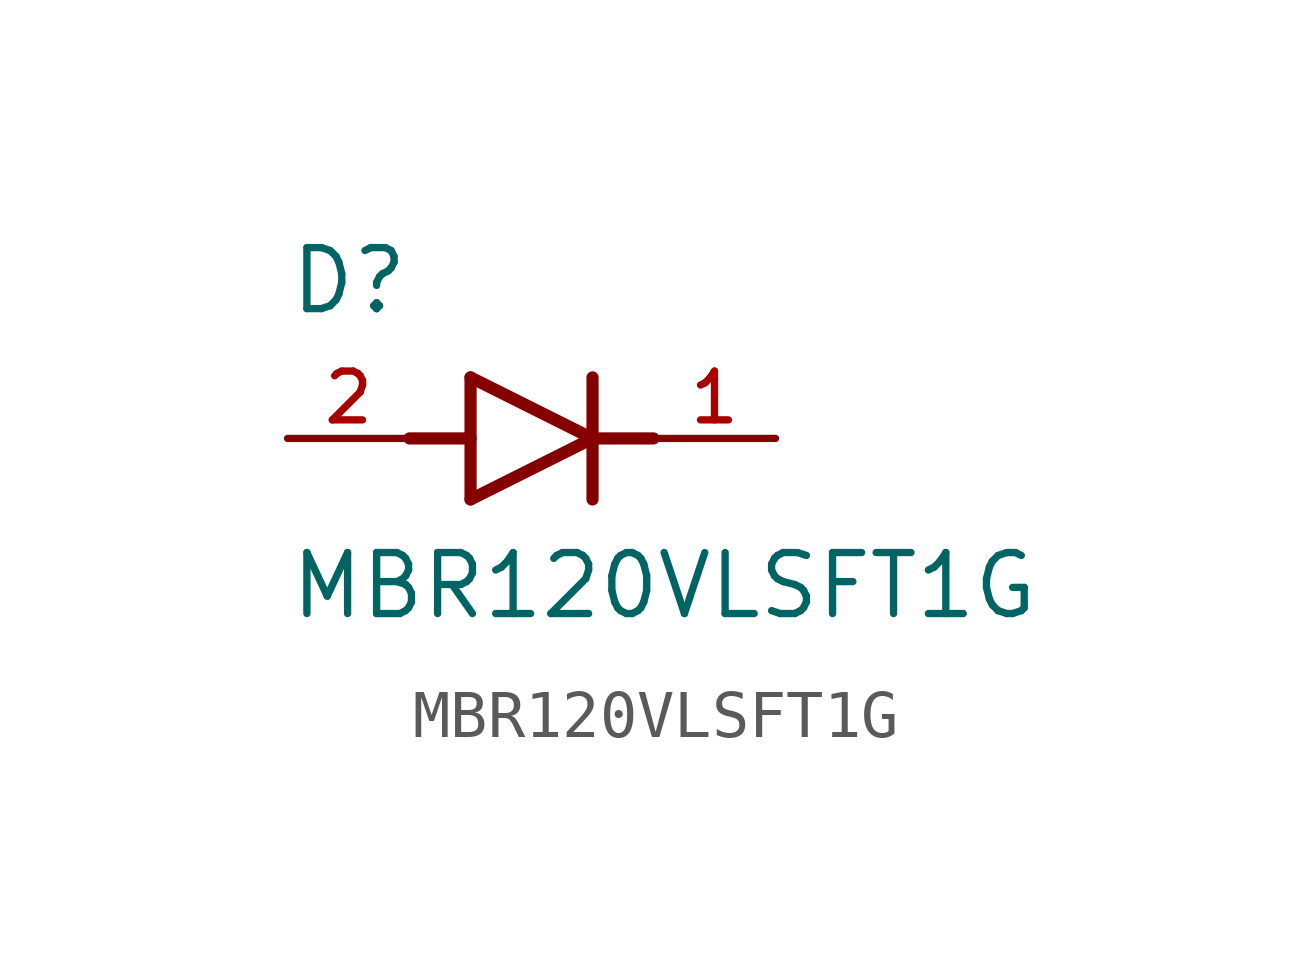
<source format=kicad_sym>
(kicad_symbol_lib
  (version 20211014)
  (generator kicad_symbol_editor)
  (symbol "MBR120VLSFT1G"
    (pin_names
      (offset 1.016))
    (property "Reference" "D"
      (at -5.08 2.54 0)
      (effects (font (size 1.27 1.27)) (justify bottom left)))
    (property "Value" "MBR120VLSFT1G"
      (at -5.08 -3.81 0)
      (effects (font (size 1.27 1.27)) (justify bottom left)))
    (symbol "MBR120VLSFT1G_0_0"
      (polyline (pts (xy -1.27 -1.27) (xy 1.27 0.0)) (stroke (width 0.254)))
      (polyline (pts (xy 1.27 0.0) (xy -1.27 1.27)) (stroke (width 0.254)))
      (polyline (pts (xy -1.27 1.27) (xy -1.27 -1.27)) (stroke (width 0.254)))
      (polyline (pts (xy 1.27 1.27) (xy 1.27 -1.27)) (stroke (width 0.254)))
      (polyline (pts (xy -2.54 0.0) (xy -1.27 0.0)) (stroke (width 0.254)))
      (polyline (pts (xy 1.27 0.0) (xy 2.54 0.0)) (stroke (width 0.254)))
      (pin passive line (at 5.08 0.0 180.0) (length 2.54) (name "~" (effects (font (size 1.016 1.016)))) (number "1" (effects (font (size 1.016 1.016)))))
      (pin passive line (at -5.08 0.0 0) (length 2.54) (name "~" (effects (font (size 1.016 1.016)))) (number "2" (effects (font (size 1.016 1.016))))))))
</source>
